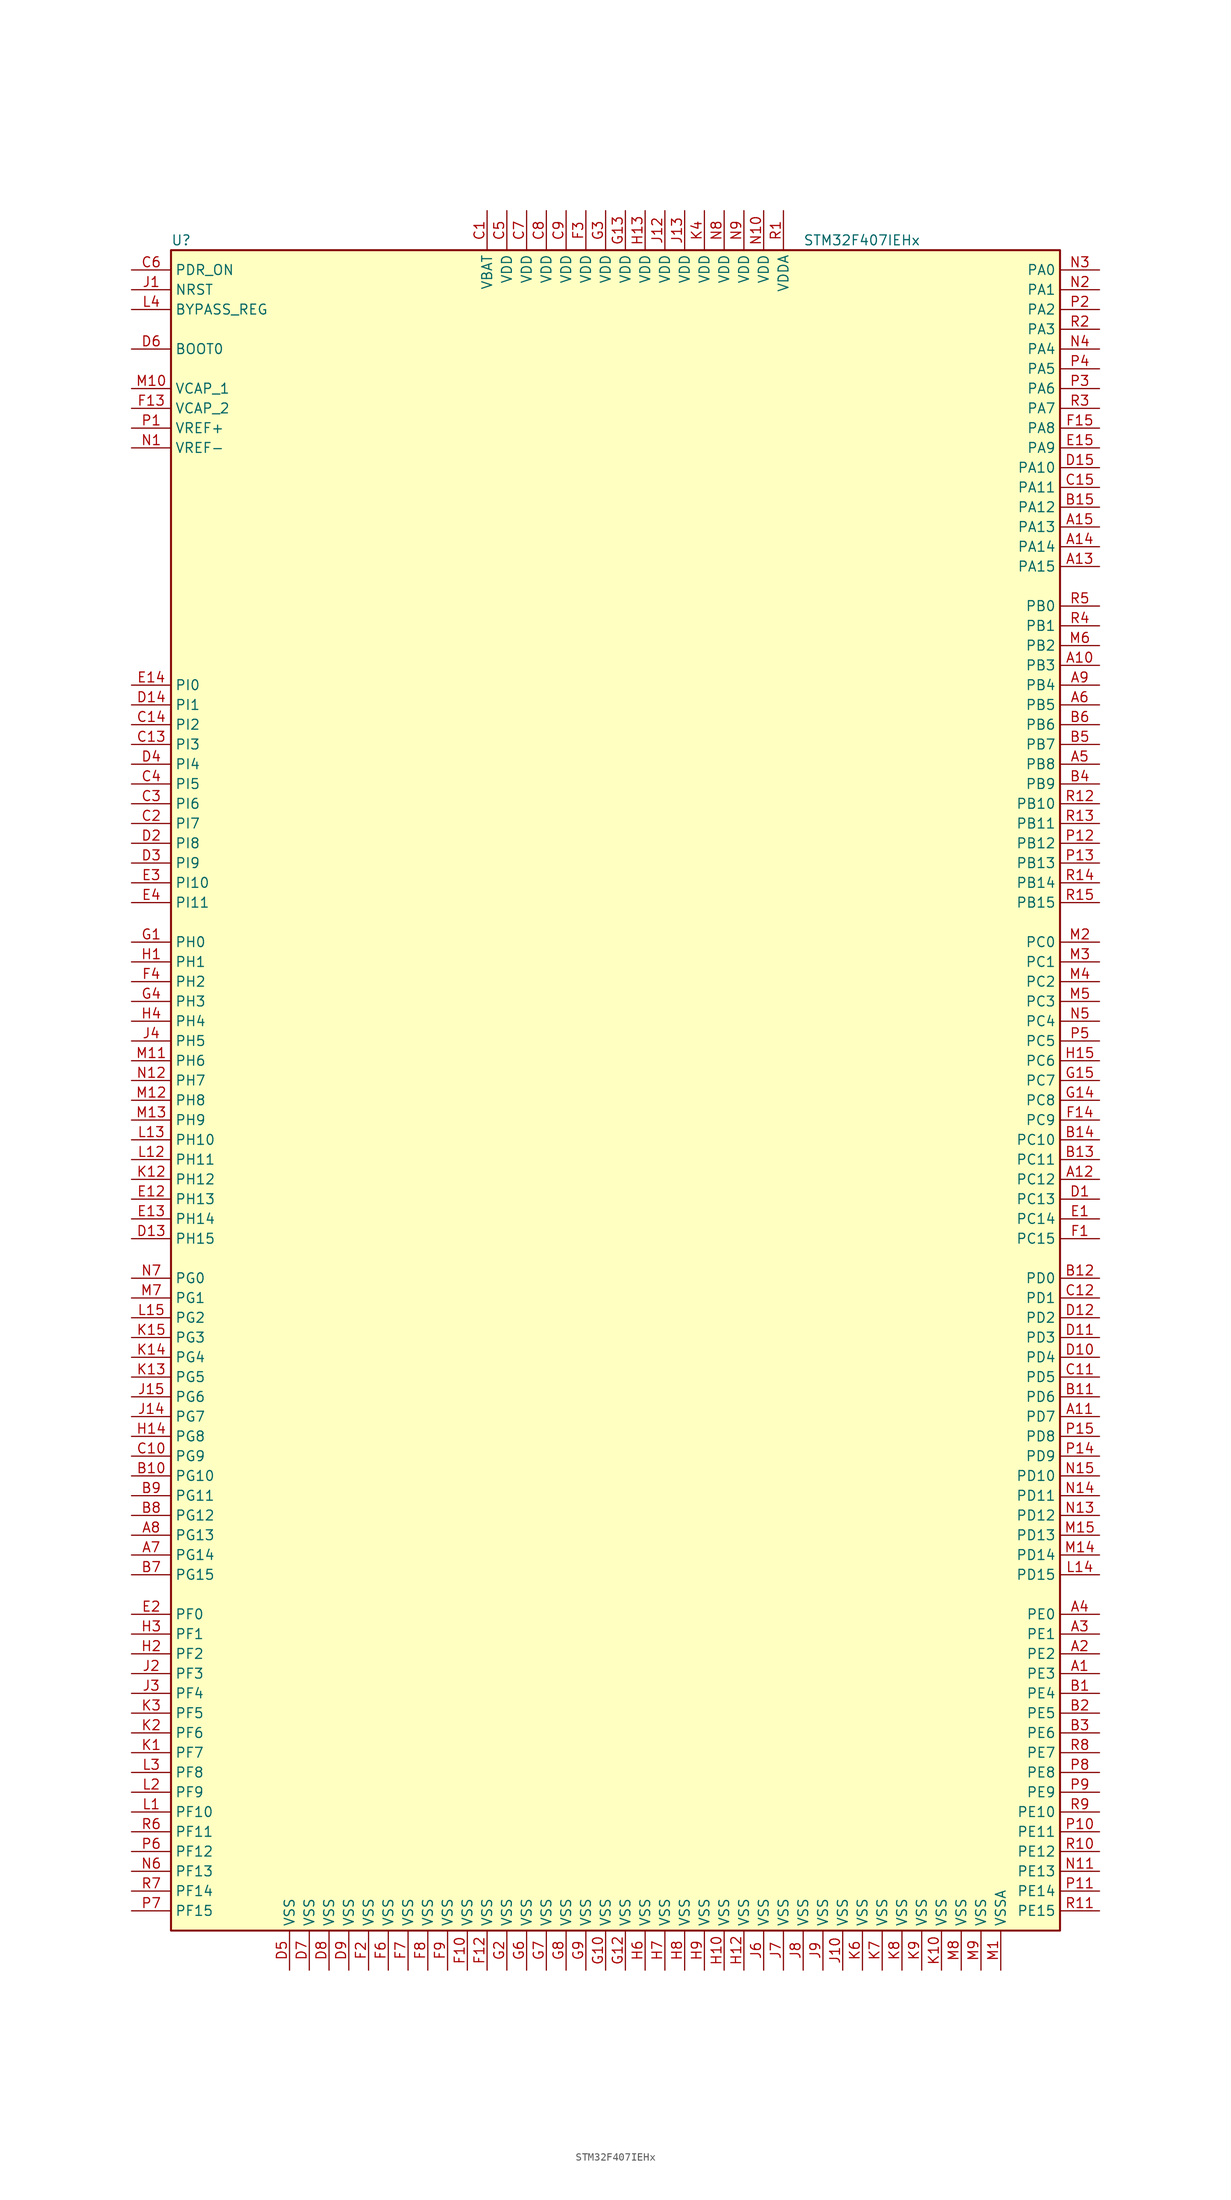
<source format=kicad_sym>
(kicad_symbol_lib
  (version 20220914)
  (generator kicad_symbol_editor)
  (symbol "STM32F407IEHx"
    (property "Reference" "U"
      (at -58.42 107.95 0)
      (effects (font (size 1.27 1.27)) (justify left)))
    (property "Value" "STM32F407IEHx"
      (at 22.86 107.95 0)
      (effects (font (size 1.27 1.27)) (justify left)))
    (symbol "STM32F407IEHx_0_1"
      (rectangle (start -58.42 -109.22) (end 55.88 106.68) (stroke (width 0.254) (type default)) (fill (type background))))
    (symbol "STM32F407IEHx_1_1"
      (pin bidirectional line (at 60.96 -76.2 180) (length 5.08) (name "PE3" (effects (font (size 1.27 1.27)))) (number "A1" (effects (font (size 1.27 1.27)))))
      (pin bidirectional line (at 60.96 53.34 180) (length 5.08) (name "PB3" (effects (font (size 1.27 1.27)))) (number "A10" (effects (font (size 1.27 1.27)))))
      (pin bidirectional line (at 60.96 -43.18 180) (length 5.08) (name "PD7" (effects (font (size 1.27 1.27)))) (number "A11" (effects (font (size 1.27 1.27)))))
      (pin bidirectional line (at 60.96 -12.7 180) (length 5.08) (name "PC12" (effects (font (size 1.27 1.27)))) (number "A12" (effects (font (size 1.27 1.27)))))
      (pin bidirectional line (at 60.96 66.04 180) (length 5.08) (name "PA15" (effects (font (size 1.27 1.27)))) (number "A13" (effects (font (size 1.27 1.27)))))
      (pin bidirectional line (at 60.96 68.58 180) (length 5.08) (name "PA14" (effects (font (size 1.27 1.27)))) (number "A14" (effects (font (size 1.27 1.27)))))
      (pin bidirectional line (at 60.96 71.12 180) (length 5.08) (name "PA13" (effects (font (size 1.27 1.27)))) (number "A15" (effects (font (size 1.27 1.27)))))
      (pin bidirectional line (at 60.96 -73.66 180) (length 5.08) (name "PE2" (effects (font (size 1.27 1.27)))) (number "A2" (effects (font (size 1.27 1.27)))))
      (pin bidirectional line (at 60.96 -71.12 180) (length 5.08) (name "PE1" (effects (font (size 1.27 1.27)))) (number "A3" (effects (font (size 1.27 1.27)))))
      (pin bidirectional line (at 60.96 -68.58 180) (length 5.08) (name "PE0" (effects (font (size 1.27 1.27)))) (number "A4" (effects (font (size 1.27 1.27)))))
      (pin bidirectional line (at 60.96 40.64 180) (length 5.08) (name "PB8" (effects (font (size 1.27 1.27)))) (number "A5" (effects (font (size 1.27 1.27)))))
      (pin bidirectional line (at 60.96 48.26 180) (length 5.08) (name "PB5" (effects (font (size 1.27 1.27)))) (number "A6" (effects (font (size 1.27 1.27)))))
      (pin bidirectional line (at -63.5 -60.96 0) (length 5.08) (name "PG14" (effects (font (size 1.27 1.27)))) (number "A7" (effects (font (size 1.27 1.27)))))
      (pin bidirectional line (at -63.5 -58.42 0) (length 5.08) (name "PG13" (effects (font (size 1.27 1.27)))) (number "A8" (effects (font (size 1.27 1.27)))))
      (pin bidirectional line (at 60.96 50.8 180) (length 5.08) (name "PB4" (effects (font (size 1.27 1.27)))) (number "A9" (effects (font (size 1.27 1.27)))))
      (pin bidirectional line (at 60.96 -78.74 180) (length 5.08) (name "PE4" (effects (font (size 1.27 1.27)))) (number "B1" (effects (font (size 1.27 1.27)))))
      (pin bidirectional line (at -63.5 -50.8 0) (length 5.08) (name "PG10" (effects (font (size 1.27 1.27)))) (number "B10" (effects (font (size 1.27 1.27)))))
      (pin bidirectional line (at 60.96 -40.64 180) (length 5.08) (name "PD6" (effects (font (size 1.27 1.27)))) (number "B11" (effects (font (size 1.27 1.27)))))
      (pin bidirectional line (at 60.96 -25.4 180) (length 5.08) (name "PD0" (effects (font (size 1.27 1.27)))) (number "B12" (effects (font (size 1.27 1.27)))))
      (pin bidirectional line (at 60.96 -10.16 180) (length 5.08) (name "PC11" (effects (font (size 1.27 1.27)))) (number "B13" (effects (font (size 1.27 1.27)))))
      (pin bidirectional line (at 60.96 -7.62 180) (length 5.08) (name "PC10" (effects (font (size 1.27 1.27)))) (number "B14" (effects (font (size 1.27 1.27)))))
      (pin bidirectional line (at 60.96 73.66 180) (length 5.08) (name "PA12" (effects (font (size 1.27 1.27)))) (number "B15" (effects (font (size 1.27 1.27)))))
      (pin bidirectional line (at 60.96 -81.28 180) (length 5.08) (name "PE5" (effects (font (size 1.27 1.27)))) (number "B2" (effects (font (size 1.27 1.27)))))
      (pin bidirectional line (at 60.96 -83.82 180) (length 5.08) (name "PE6" (effects (font (size 1.27 1.27)))) (number "B3" (effects (font (size 1.27 1.27)))))
      (pin bidirectional line (at 60.96 38.1 180) (length 5.08) (name "PB9" (effects (font (size 1.27 1.27)))) (number "B4" (effects (font (size 1.27 1.27)))))
      (pin bidirectional line (at 60.96 43.18 180) (length 5.08) (name "PB7" (effects (font (size 1.27 1.27)))) (number "B5" (effects (font (size 1.27 1.27)))))
      (pin bidirectional line (at 60.96 45.72 180) (length 5.08) (name "PB6" (effects (font (size 1.27 1.27)))) (number "B6" (effects (font (size 1.27 1.27)))))
      (pin bidirectional line (at -63.5 -63.5 0) (length 5.08) (name "PG15" (effects (font (size 1.27 1.27)))) (number "B7" (effects (font (size 1.27 1.27)))))
      (pin bidirectional line (at -63.5 -55.88 0) (length 5.08) (name "PG12" (effects (font (size 1.27 1.27)))) (number "B8" (effects (font (size 1.27 1.27)))))
      (pin bidirectional line (at -63.5 -53.34 0) (length 5.08) (name "PG11" (effects (font (size 1.27 1.27)))) (number "B9" (effects (font (size 1.27 1.27)))))
      (pin power_in line (at -17.78 111.76 270) (length 5.08) (name "VBAT" (effects (font (size 1.27 1.27)))) (number "C1" (effects (font (size 1.27 1.27)))))
      (pin bidirectional line (at -63.5 -48.26 0) (length 5.08) (name "PG9" (effects (font (size 1.27 1.27)))) (number "C10" (effects (font (size 1.27 1.27)))))
      (pin bidirectional line (at 60.96 -38.1 180) (length 5.08) (name "PD5" (effects (font (size 1.27 1.27)))) (number "C11" (effects (font (size 1.27 1.27)))))
      (pin bidirectional line (at 60.96 -27.94 180) (length 5.08) (name "PD1" (effects (font (size 1.27 1.27)))) (number "C12" (effects (font (size 1.27 1.27)))))
      (pin bidirectional line (at -63.5 43.18 0) (length 5.08) (name "PI3" (effects (font (size 1.27 1.27)))) (number "C13" (effects (font (size 1.27 1.27)))))
      (pin bidirectional line (at -63.5 45.72 0) (length 5.08) (name "PI2" (effects (font (size 1.27 1.27)))) (number "C14" (effects (font (size 1.27 1.27)))))
      (pin bidirectional line (at 60.96 76.2 180) (length 5.08) (name "PA11" (effects (font (size 1.27 1.27)))) (number "C15" (effects (font (size 1.27 1.27)))))
      (pin bidirectional line (at -63.5 33.02 0) (length 5.08) (name "PI7" (effects (font (size 1.27 1.27)))) (number "C2" (effects (font (size 1.27 1.27)))))
      (pin bidirectional line (at -63.5 35.56 0) (length 5.08) (name "PI6" (effects (font (size 1.27 1.27)))) (number "C3" (effects (font (size 1.27 1.27)))))
      (pin bidirectional line (at -63.5 38.1 0) (length 5.08) (name "PI5" (effects (font (size 1.27 1.27)))) (number "C4" (effects (font (size 1.27 1.27)))))
      (pin power_in line (at -15.24 111.76 270) (length 5.08) (name "VDD" (effects (font (size 1.27 1.27)))) (number "C5" (effects (font (size 1.27 1.27)))))
      (pin input line (at -63.5 104.14 0) (length 5.08) (name "PDR_ON" (effects (font (size 1.27 1.27)))) (number "C6" (effects (font (size 1.27 1.27)))))
      (pin power_in line (at -12.7 111.76 270) (length 5.08) (name "VDD" (effects (font (size 1.27 1.27)))) (number "C7" (effects (font (size 1.27 1.27)))))
      (pin power_in line (at -10.16 111.76 270) (length 5.08) (name "VDD" (effects (font (size 1.27 1.27)))) (number "C8" (effects (font (size 1.27 1.27)))))
      (pin power_in line (at -7.62 111.76 270) (length 5.08) (name "VDD" (effects (font (size 1.27 1.27)))) (number "C9" (effects (font (size 1.27 1.27)))))
      (pin bidirectional line (at 60.96 -15.24 180) (length 5.08) (name "PC13" (effects (font (size 1.27 1.27)))) (number "D1" (effects (font (size 1.27 1.27)))))
      (pin bidirectional line (at 60.96 -35.56 180) (length 5.08) (name "PD4" (effects (font (size 1.27 1.27)))) (number "D10" (effects (font (size 1.27 1.27)))))
      (pin bidirectional line (at 60.96 -33.02 180) (length 5.08) (name "PD3" (effects (font (size 1.27 1.27)))) (number "D11" (effects (font (size 1.27 1.27)))))
      (pin bidirectional line (at 60.96 -30.48 180) (length 5.08) (name "PD2" (effects (font (size 1.27 1.27)))) (number "D12" (effects (font (size 1.27 1.27)))))
      (pin bidirectional line (at -63.5 -20.32 0) (length 5.08) (name "PH15" (effects (font (size 1.27 1.27)))) (number "D13" (effects (font (size 1.27 1.27)))))
      (pin bidirectional line (at -63.5 48.26 0) (length 5.08) (name "PI1" (effects (font (size 1.27 1.27)))) (number "D14" (effects (font (size 1.27 1.27)))))
      (pin bidirectional line (at 60.96 78.74 180) (length 5.08) (name "PA10" (effects (font (size 1.27 1.27)))) (number "D15" (effects (font (size 1.27 1.27)))))
      (pin bidirectional line (at -63.5 30.48 0) (length 5.08) (name "PI8" (effects (font (size 1.27 1.27)))) (number "D2" (effects (font (size 1.27 1.27)))))
      (pin bidirectional line (at -63.5 27.94 0) (length 5.08) (name "PI9" (effects (font (size 1.27 1.27)))) (number "D3" (effects (font (size 1.27 1.27)))))
      (pin bidirectional line (at -63.5 40.64 0) (length 5.08) (name "PI4" (effects (font (size 1.27 1.27)))) (number "D4" (effects (font (size 1.27 1.27)))))
      (pin power_in line (at -43.18 -114.3 90) (length 5.08) (name "VSS" (effects (font (size 1.27 1.27)))) (number "D5" (effects (font (size 1.27 1.27)))))
      (pin input line (at -63.5 93.98 0) (length 5.08) (name "BOOT0" (effects (font (size 1.27 1.27)))) (number "D6" (effects (font (size 1.27 1.27)))))
      (pin power_in line (at -40.64 -114.3 90) (length 5.08) (name "VSS" (effects (font (size 1.27 1.27)))) (number "D7" (effects (font (size 1.27 1.27)))))
      (pin power_in line (at -38.1 -114.3 90) (length 5.08) (name "VSS" (effects (font (size 1.27 1.27)))) (number "D8" (effects (font (size 1.27 1.27)))))
      (pin power_in line (at -35.56 -114.3 90) (length 5.08) (name "VSS" (effects (font (size 1.27 1.27)))) (number "D9" (effects (font (size 1.27 1.27)))))
      (pin bidirectional line (at 60.96 -17.78 180) (length 5.08) (name "PC14" (effects (font (size 1.27 1.27)))) (number "E1" (effects (font (size 1.27 1.27)))))
      (pin bidirectional line (at -63.5 -15.24 0) (length 5.08) (name "PH13" (effects (font (size 1.27 1.27)))) (number "E12" (effects (font (size 1.27 1.27)))))
      (pin bidirectional line (at -63.5 -17.78 0) (length 5.08) (name "PH14" (effects (font (size 1.27 1.27)))) (number "E13" (effects (font (size 1.27 1.27)))))
      (pin bidirectional line (at -63.5 50.8 0) (length 5.08) (name "PI0" (effects (font (size 1.27 1.27)))) (number "E14" (effects (font (size 1.27 1.27)))))
      (pin bidirectional line (at 60.96 81.28 180) (length 5.08) (name "PA9" (effects (font (size 1.27 1.27)))) (number "E15" (effects (font (size 1.27 1.27)))))
      (pin bidirectional line (at -63.5 -68.58 0) (length 5.08) (name "PF0" (effects (font (size 1.27 1.27)))) (number "E2" (effects (font (size 1.27 1.27)))))
      (pin bidirectional line (at -63.5 25.4 0) (length 5.08) (name "PI10" (effects (font (size 1.27 1.27)))) (number "E3" (effects (font (size 1.27 1.27)))))
      (pin bidirectional line (at -63.5 22.86 0) (length 5.08) (name "PI11" (effects (font (size 1.27 1.27)))) (number "E4" (effects (font (size 1.27 1.27)))))
      (pin bidirectional line (at 60.96 -20.32 180) (length 5.08) (name "PC15" (effects (font (size 1.27 1.27)))) (number "F1" (effects (font (size 1.27 1.27)))))
      (pin power_in line (at -20.32 -114.3 90) (length 5.08) (name "VSS" (effects (font (size 1.27 1.27)))) (number "F10" (effects (font (size 1.27 1.27)))))
      (pin power_in line (at -17.78 -114.3 90) (length 5.08) (name "VSS" (effects (font (size 1.27 1.27)))) (number "F12" (effects (font (size 1.27 1.27)))))
      (pin power_in line (at -63.5 86.36 0) (length 5.08) (name "VCAP_2" (effects (font (size 1.27 1.27)))) (number "F13" (effects (font (size 1.27 1.27)))))
      (pin bidirectional line (at 60.96 -5.08 180) (length 5.08) (name "PC9" (effects (font (size 1.27 1.27)))) (number "F14" (effects (font (size 1.27 1.27)))))
      (pin bidirectional line (at 60.96 83.82 180) (length 5.08) (name "PA8" (effects (font (size 1.27 1.27)))) (number "F15" (effects (font (size 1.27 1.27)))))
      (pin power_in line (at -33.02 -114.3 90) (length 5.08) (name "VSS" (effects (font (size 1.27 1.27)))) (number "F2" (effects (font (size 1.27 1.27)))))
      (pin power_in line (at -5.08 111.76 270) (length 5.08) (name "VDD" (effects (font (size 1.27 1.27)))) (number "F3" (effects (font (size 1.27 1.27)))))
      (pin bidirectional line (at -63.5 12.7 0) (length 5.08) (name "PH2" (effects (font (size 1.27 1.27)))) (number "F4" (effects (font (size 1.27 1.27)))))
      (pin power_in line (at -30.48 -114.3 90) (length 5.08) (name "VSS" (effects (font (size 1.27 1.27)))) (number "F6" (effects (font (size 1.27 1.27)))))
      (pin power_in line (at -27.94 -114.3 90) (length 5.08) (name "VSS" (effects (font (size 1.27 1.27)))) (number "F7" (effects (font (size 1.27 1.27)))))
      (pin power_in line (at -25.4 -114.3 90) (length 5.08) (name "VSS" (effects (font (size 1.27 1.27)))) (number "F8" (effects (font (size 1.27 1.27)))))
      (pin power_in line (at -22.86 -114.3 90) (length 5.08) (name "VSS" (effects (font (size 1.27 1.27)))) (number "F9" (effects (font (size 1.27 1.27)))))
      (pin input line (at -63.5 17.78 0) (length 5.08) (name "PH0" (effects (font (size 1.27 1.27)))) (number "G1" (effects (font (size 1.27 1.27)))))
      (pin power_in line (at -2.54 -114.3 90) (length 5.08) (name "VSS" (effects (font (size 1.27 1.27)))) (number "G10" (effects (font (size 1.27 1.27)))))
      (pin power_in line (at 0 -114.3 90) (length 5.08) (name "VSS" (effects (font (size 1.27 1.27)))) (number "G12" (effects (font (size 1.27 1.27)))))
      (pin power_in line (at 0 111.76 270) (length 5.08) (name "VDD" (effects (font (size 1.27 1.27)))) (number "G13" (effects (font (size 1.27 1.27)))))
      (pin bidirectional line (at 60.96 -2.54 180) (length 5.08) (name "PC8" (effects (font (size 1.27 1.27)))) (number "G14" (effects (font (size 1.27 1.27)))))
      (pin bidirectional line (at 60.96 0 180) (length 5.08) (name "PC7" (effects (font (size 1.27 1.27)))) (number "G15" (effects (font (size 1.27 1.27)))))
      (pin power_in line (at -15.24 -114.3 90) (length 5.08) (name "VSS" (effects (font (size 1.27 1.27)))) (number "G2" (effects (font (size 1.27 1.27)))))
      (pin power_in line (at -2.54 111.76 270) (length 5.08) (name "VDD" (effects (font (size 1.27 1.27)))) (number "G3" (effects (font (size 1.27 1.27)))))
      (pin bidirectional line (at -63.5 10.16 0) (length 5.08) (name "PH3" (effects (font (size 1.27 1.27)))) (number "G4" (effects (font (size 1.27 1.27)))))
      (pin power_in line (at -12.7 -114.3 90) (length 5.08) (name "VSS" (effects (font (size 1.27 1.27)))) (number "G6" (effects (font (size 1.27 1.27)))))
      (pin power_in line (at -10.16 -114.3 90) (length 5.08) (name "VSS" (effects (font (size 1.27 1.27)))) (number "G7" (effects (font (size 1.27 1.27)))))
      (pin power_in line (at -7.62 -114.3 90) (length 5.08) (name "VSS" (effects (font (size 1.27 1.27)))) (number "G8" (effects (font (size 1.27 1.27)))))
      (pin power_in line (at -5.08 -114.3 90) (length 5.08) (name "VSS" (effects (font (size 1.27 1.27)))) (number "G9" (effects (font (size 1.27 1.27)))))
      (pin input line (at -63.5 15.24 0) (length 5.08) (name "PH1" (effects (font (size 1.27 1.27)))) (number "H1" (effects (font (size 1.27 1.27)))))
      (pin power_in line (at 12.7 -114.3 90) (length 5.08) (name "VSS" (effects (font (size 1.27 1.27)))) (number "H10" (effects (font (size 1.27 1.27)))))
      (pin power_in line (at 15.24 -114.3 90) (length 5.08) (name "VSS" (effects (font (size 1.27 1.27)))) (number "H12" (effects (font (size 1.27 1.27)))))
      (pin power_in line (at 2.54 111.76 270) (length 5.08) (name "VDD" (effects (font (size 1.27 1.27)))) (number "H13" (effects (font (size 1.27 1.27)))))
      (pin bidirectional line (at -63.5 -45.72 0) (length 5.08) (name "PG8" (effects (font (size 1.27 1.27)))) (number "H14" (effects (font (size 1.27 1.27)))))
      (pin bidirectional line (at 60.96 2.54 180) (length 5.08) (name "PC6" (effects (font (size 1.27 1.27)))) (number "H15" (effects (font (size 1.27 1.27)))))
      (pin bidirectional line (at -63.5 -73.66 0) (length 5.08) (name "PF2" (effects (font (size 1.27 1.27)))) (number "H2" (effects (font (size 1.27 1.27)))))
      (pin bidirectional line (at -63.5 -71.12 0) (length 5.08) (name "PF1" (effects (font (size 1.27 1.27)))) (number "H3" (effects (font (size 1.27 1.27)))))
      (pin bidirectional line (at -63.5 7.62 0) (length 5.08) (name "PH4" (effects (font (size 1.27 1.27)))) (number "H4" (effects (font (size 1.27 1.27)))))
      (pin power_in line (at 2.54 -114.3 90) (length 5.08) (name "VSS" (effects (font (size 1.27 1.27)))) (number "H6" (effects (font (size 1.27 1.27)))))
      (pin power_in line (at 5.08 -114.3 90) (length 5.08) (name "VSS" (effects (font (size 1.27 1.27)))) (number "H7" (effects (font (size 1.27 1.27)))))
      (pin power_in line (at 7.62 -114.3 90) (length 5.08) (name "VSS" (effects (font (size 1.27 1.27)))) (number "H8" (effects (font (size 1.27 1.27)))))
      (pin power_in line (at 10.16 -114.3 90) (length 5.08) (name "VSS" (effects (font (size 1.27 1.27)))) (number "H9" (effects (font (size 1.27 1.27)))))
      (pin input line (at -63.5 101.6 0) (length 5.08) (name "NRST" (effects (font (size 1.27 1.27)))) (number "J1" (effects (font (size 1.27 1.27)))))
      (pin power_in line (at 27.94 -114.3 90) (length 5.08) (name "VSS" (effects (font (size 1.27 1.27)))) (number "J10" (effects (font (size 1.27 1.27)))))
      (pin power_in line (at 5.08 111.76 270) (length 5.08) (name "VDD" (effects (font (size 1.27 1.27)))) (number "J12" (effects (font (size 1.27 1.27)))))
      (pin power_in line (at 7.62 111.76 270) (length 5.08) (name "VDD" (effects (font (size 1.27 1.27)))) (number "J13" (effects (font (size 1.27 1.27)))))
      (pin bidirectional line (at -63.5 -43.18 0) (length 5.08) (name "PG7" (effects (font (size 1.27 1.27)))) (number "J14" (effects (font (size 1.27 1.27)))))
      (pin bidirectional line (at -63.5 -40.64 0) (length 5.08) (name "PG6" (effects (font (size 1.27 1.27)))) (number "J15" (effects (font (size 1.27 1.27)))))
      (pin bidirectional line (at -63.5 -76.2 0) (length 5.08) (name "PF3" (effects (font (size 1.27 1.27)))) (number "J2" (effects (font (size 1.27 1.27)))))
      (pin bidirectional line (at -63.5 -78.74 0) (length 5.08) (name "PF4" (effects (font (size 1.27 1.27)))) (number "J3" (effects (font (size 1.27 1.27)))))
      (pin bidirectional line (at -63.5 5.08 0) (length 5.08) (name "PH5" (effects (font (size 1.27 1.27)))) (number "J4" (effects (font (size 1.27 1.27)))))
      (pin power_in line (at 17.78 -114.3 90) (length 5.08) (name "VSS" (effects (font (size 1.27 1.27)))) (number "J6" (effects (font (size 1.27 1.27)))))
      (pin power_in line (at 20.32 -114.3 90) (length 5.08) (name "VSS" (effects (font (size 1.27 1.27)))) (number "J7" (effects (font (size 1.27 1.27)))))
      (pin power_in line (at 22.86 -114.3 90) (length 5.08) (name "VSS" (effects (font (size 1.27 1.27)))) (number "J8" (effects (font (size 1.27 1.27)))))
      (pin power_in line (at 25.4 -114.3 90) (length 5.08) (name "VSS" (effects (font (size 1.27 1.27)))) (number "J9" (effects (font (size 1.27 1.27)))))
      (pin bidirectional line (at -63.5 -86.36 0) (length 5.08) (name "PF7" (effects (font (size 1.27 1.27)))) (number "K1" (effects (font (size 1.27 1.27)))))
      (pin power_in line (at 40.64 -114.3 90) (length 5.08) (name "VSS" (effects (font (size 1.27 1.27)))) (number "K10" (effects (font (size 1.27 1.27)))))
      (pin bidirectional line (at -63.5 -12.7 0) (length 5.08) (name "PH12" (effects (font (size 1.27 1.27)))) (number "K12" (effects (font (size 1.27 1.27)))))
      (pin bidirectional line (at -63.5 -38.1 0) (length 5.08) (name "PG5" (effects (font (size 1.27 1.27)))) (number "K13" (effects (font (size 1.27 1.27)))))
      (pin bidirectional line (at -63.5 -35.56 0) (length 5.08) (name "PG4" (effects (font (size 1.27 1.27)))) (number "K14" (effects (font (size 1.27 1.27)))))
      (pin bidirectional line (at -63.5 -33.02 0) (length 5.08) (name "PG3" (effects (font (size 1.27 1.27)))) (number "K15" (effects (font (size 1.27 1.27)))))
      (pin bidirectional line (at -63.5 -83.82 0) (length 5.08) (name "PF6" (effects (font (size 1.27 1.27)))) (number "K2" (effects (font (size 1.27 1.27)))))
      (pin bidirectional line (at -63.5 -81.28 0) (length 5.08) (name "PF5" (effects (font (size 1.27 1.27)))) (number "K3" (effects (font (size 1.27 1.27)))))
      (pin power_in line (at 10.16 111.76 270) (length 5.08) (name "VDD" (effects (font (size 1.27 1.27)))) (number "K4" (effects (font (size 1.27 1.27)))))
      (pin power_in line (at 30.48 -114.3 90) (length 5.08) (name "VSS" (effects (font (size 1.27 1.27)))) (number "K6" (effects (font (size 1.27 1.27)))))
      (pin power_in line (at 33.02 -114.3 90) (length 5.08) (name "VSS" (effects (font (size 1.27 1.27)))) (number "K7" (effects (font (size 1.27 1.27)))))
      (pin power_in line (at 35.56 -114.3 90) (length 5.08) (name "VSS" (effects (font (size 1.27 1.27)))) (number "K8" (effects (font (size 1.27 1.27)))))
      (pin power_in line (at 38.1 -114.3 90) (length 5.08) (name "VSS" (effects (font (size 1.27 1.27)))) (number "K9" (effects (font (size 1.27 1.27)))))
      (pin bidirectional line (at -63.5 -93.98 0) (length 5.08) (name "PF10" (effects (font (size 1.27 1.27)))) (number "L1" (effects (font (size 1.27 1.27)))))
      (pin bidirectional line (at -63.5 -10.16 0) (length 5.08) (name "PH11" (effects (font (size 1.27 1.27)))) (number "L12" (effects (font (size 1.27 1.27)))))
      (pin bidirectional line (at -63.5 -7.62 0) (length 5.08) (name "PH10" (effects (font (size 1.27 1.27)))) (number "L13" (effects (font (size 1.27 1.27)))))
      (pin bidirectional line (at 60.96 -63.5 180) (length 5.08) (name "PD15" (effects (font (size 1.27 1.27)))) (number "L14" (effects (font (size 1.27 1.27)))))
      (pin bidirectional line (at -63.5 -30.48 0) (length 5.08) (name "PG2" (effects (font (size 1.27 1.27)))) (number "L15" (effects (font (size 1.27 1.27)))))
      (pin bidirectional line (at -63.5 -91.44 0) (length 5.08) (name "PF9" (effects (font (size 1.27 1.27)))) (number "L2" (effects (font (size 1.27 1.27)))))
      (pin bidirectional line (at -63.5 -88.9 0) (length 5.08) (name "PF8" (effects (font (size 1.27 1.27)))) (number "L3" (effects (font (size 1.27 1.27)))))
      (pin input line (at -63.5 99.06 0) (length 5.08) (name "BYPASS_REG" (effects (font (size 1.27 1.27)))) (number "L4" (effects (font (size 1.27 1.27)))))
      (pin power_in line (at 48.26 -114.3 90) (length 5.08) (name "VSSA" (effects (font (size 1.27 1.27)))) (number "M1" (effects (font (size 1.27 1.27)))))
      (pin power_in line (at -63.5 88.9 0) (length 5.08) (name "VCAP_1" (effects (font (size 1.27 1.27)))) (number "M10" (effects (font (size 1.27 1.27)))))
      (pin bidirectional line (at -63.5 2.54 0) (length 5.08) (name "PH6" (effects (font (size 1.27 1.27)))) (number "M11" (effects (font (size 1.27 1.27)))))
      (pin bidirectional line (at -63.5 -2.54 0) (length 5.08) (name "PH8" (effects (font (size 1.27 1.27)))) (number "M12" (effects (font (size 1.27 1.27)))))
      (pin bidirectional line (at -63.5 -5.08 0) (length 5.08) (name "PH9" (effects (font (size 1.27 1.27)))) (number "M13" (effects (font (size 1.27 1.27)))))
      (pin bidirectional line (at 60.96 -60.96 180) (length 5.08) (name "PD14" (effects (font (size 1.27 1.27)))) (number "M14" (effects (font (size 1.27 1.27)))))
      (pin bidirectional line (at 60.96 -58.42 180) (length 5.08) (name "PD13" (effects (font (size 1.27 1.27)))) (number "M15" (effects (font (size 1.27 1.27)))))
      (pin bidirectional line (at 60.96 17.78 180) (length 5.08) (name "PC0" (effects (font (size 1.27 1.27)))) (number "M2" (effects (font (size 1.27 1.27)))))
      (pin bidirectional line (at 60.96 15.24 180) (length 5.08) (name "PC1" (effects (font (size 1.27 1.27)))) (number "M3" (effects (font (size 1.27 1.27)))))
      (pin bidirectional line (at 60.96 12.7 180) (length 5.08) (name "PC2" (effects (font (size 1.27 1.27)))) (number "M4" (effects (font (size 1.27 1.27)))))
      (pin bidirectional line (at 60.96 10.16 180) (length 5.08) (name "PC3" (effects (font (size 1.27 1.27)))) (number "M5" (effects (font (size 1.27 1.27)))))
      (pin bidirectional line (at 60.96 55.88 180) (length 5.08) (name "PB2" (effects (font (size 1.27 1.27)))) (number "M6" (effects (font (size 1.27 1.27)))))
      (pin bidirectional line (at -63.5 -27.94 0) (length 5.08) (name "PG1" (effects (font (size 1.27 1.27)))) (number "M7" (effects (font (size 1.27 1.27)))))
      (pin power_in line (at 43.18 -114.3 90) (length 5.08) (name "VSS" (effects (font (size 1.27 1.27)))) (number "M8" (effects (font (size 1.27 1.27)))))
      (pin power_in line (at 45.72 -114.3 90) (length 5.08) (name "VSS" (effects (font (size 1.27 1.27)))) (number "M9" (effects (font (size 1.27 1.27)))))
      (pin power_in line (at -63.5 81.28 0) (length 5.08) (name "VREF-" (effects (font (size 1.27 1.27)))) (number "N1" (effects (font (size 1.27 1.27)))))
      (pin power_in line (at 17.78 111.76 270) (length 5.08) (name "VDD" (effects (font (size 1.27 1.27)))) (number "N10" (effects (font (size 1.27 1.27)))))
      (pin bidirectional line (at 60.96 -101.6 180) (length 5.08) (name "PE13" (effects (font (size 1.27 1.27)))) (number "N11" (effects (font (size 1.27 1.27)))))
      (pin bidirectional line (at -63.5 0 0) (length 5.08) (name "PH7" (effects (font (size 1.27 1.27)))) (number "N12" (effects (font (size 1.27 1.27)))))
      (pin bidirectional line (at 60.96 -55.88 180) (length 5.08) (name "PD12" (effects (font (size 1.27 1.27)))) (number "N13" (effects (font (size 1.27 1.27)))))
      (pin bidirectional line (at 60.96 -53.34 180) (length 5.08) (name "PD11" (effects (font (size 1.27 1.27)))) (number "N14" (effects (font (size 1.27 1.27)))))
      (pin bidirectional line (at 60.96 -50.8 180) (length 5.08) (name "PD10" (effects (font (size 1.27 1.27)))) (number "N15" (effects (font (size 1.27 1.27)))))
      (pin bidirectional line (at 60.96 101.6 180) (length 5.08) (name "PA1" (effects (font (size 1.27 1.27)))) (number "N2" (effects (font (size 1.27 1.27)))))
      (pin bidirectional line (at 60.96 104.14 180) (length 5.08) (name "PA0" (effects (font (size 1.27 1.27)))) (number "N3" (effects (font (size 1.27 1.27)))))
      (pin bidirectional line (at 60.96 93.98 180) (length 5.08) (name "PA4" (effects (font (size 1.27 1.27)))) (number "N4" (effects (font (size 1.27 1.27)))))
      (pin bidirectional line (at 60.96 7.62 180) (length 5.08) (name "PC4" (effects (font (size 1.27 1.27)))) (number "N5" (effects (font (size 1.27 1.27)))))
      (pin bidirectional line (at -63.5 -101.6 0) (length 5.08) (name "PF13" (effects (font (size 1.27 1.27)))) (number "N6" (effects (font (size 1.27 1.27)))))
      (pin bidirectional line (at -63.5 -25.4 0) (length 5.08) (name "PG0" (effects (font (size 1.27 1.27)))) (number "N7" (effects (font (size 1.27 1.27)))))
      (pin power_in line (at 12.7 111.76 270) (length 5.08) (name "VDD" (effects (font (size 1.27 1.27)))) (number "N8" (effects (font (size 1.27 1.27)))))
      (pin power_in line (at 15.24 111.76 270) (length 5.08) (name "VDD" (effects (font (size 1.27 1.27)))) (number "N9" (effects (font (size 1.27 1.27)))))
      (pin power_in line (at -63.5 83.82 0) (length 5.08) (name "VREF+" (effects (font (size 1.27 1.27)))) (number "P1" (effects (font (size 1.27 1.27)))))
      (pin bidirectional line (at 60.96 -96.52 180) (length 5.08) (name "PE11" (effects (font (size 1.27 1.27)))) (number "P10" (effects (font (size 1.27 1.27)))))
      (pin bidirectional line (at 60.96 -104.14 180) (length 5.08) (name "PE14" (effects (font (size 1.27 1.27)))) (number "P11" (effects (font (size 1.27 1.27)))))
      (pin bidirectional line (at 60.96 30.48 180) (length 5.08) (name "PB12" (effects (font (size 1.27 1.27)))) (number "P12" (effects (font (size 1.27 1.27)))))
      (pin bidirectional line (at 60.96 27.94 180) (length 5.08) (name "PB13" (effects (font (size 1.27 1.27)))) (number "P13" (effects (font (size 1.27 1.27)))))
      (pin bidirectional line (at 60.96 -48.26 180) (length 5.08) (name "PD9" (effects (font (size 1.27 1.27)))) (number "P14" (effects (font (size 1.27 1.27)))))
      (pin bidirectional line (at 60.96 -45.72 180) (length 5.08) (name "PD8" (effects (font (size 1.27 1.27)))) (number "P15" (effects (font (size 1.27 1.27)))))
      (pin bidirectional line (at 60.96 99.06 180) (length 5.08) (name "PA2" (effects (font (size 1.27 1.27)))) (number "P2" (effects (font (size 1.27 1.27)))))
      (pin bidirectional line (at 60.96 88.9 180) (length 5.08) (name "PA6" (effects (font (size 1.27 1.27)))) (number "P3" (effects (font (size 1.27 1.27)))))
      (pin bidirectional line (at 60.96 91.44 180) (length 5.08) (name "PA5" (effects (font (size 1.27 1.27)))) (number "P4" (effects (font (size 1.27 1.27)))))
      (pin bidirectional line (at 60.96 5.08 180) (length 5.08) (name "PC5" (effects (font (size 1.27 1.27)))) (number "P5" (effects (font (size 1.27 1.27)))))
      (pin bidirectional line (at -63.5 -99.06 0) (length 5.08) (name "PF12" (effects (font (size 1.27 1.27)))) (number "P6" (effects (font (size 1.27 1.27)))))
      (pin bidirectional line (at -63.5 -106.68 0) (length 5.08) (name "PF15" (effects (font (size 1.27 1.27)))) (number "P7" (effects (font (size 1.27 1.27)))))
      (pin bidirectional line (at 60.96 -88.9 180) (length 5.08) (name "PE8" (effects (font (size 1.27 1.27)))) (number "P8" (effects (font (size 1.27 1.27)))))
      (pin bidirectional line (at 60.96 -91.44 180) (length 5.08) (name "PE9" (effects (font (size 1.27 1.27)))) (number "P9" (effects (font (size 1.27 1.27)))))
      (pin power_in line (at 20.32 111.76 270) (length 5.08) (name "VDDA" (effects (font (size 1.27 1.27)))) (number "R1" (effects (font (size 1.27 1.27)))))
      (pin bidirectional line (at 60.96 -99.06 180) (length 5.08) (name "PE12" (effects (font (size 1.27 1.27)))) (number "R10" (effects (font (size 1.27 1.27)))))
      (pin bidirectional line (at 60.96 -106.68 180) (length 5.08) (name "PE15" (effects (font (size 1.27 1.27)))) (number "R11" (effects (font (size 1.27 1.27)))))
      (pin bidirectional line (at 60.96 35.56 180) (length 5.08) (name "PB10" (effects (font (size 1.27 1.27)))) (number "R12" (effects (font (size 1.27 1.27)))))
      (pin bidirectional line (at 60.96 33.02 180) (length 5.08) (name "PB11" (effects (font (size 1.27 1.27)))) (number "R13" (effects (font (size 1.27 1.27)))))
      (pin bidirectional line (at 60.96 25.4 180) (length 5.08) (name "PB14" (effects (font (size 1.27 1.27)))) (number "R14" (effects (font (size 1.27 1.27)))))
      (pin bidirectional line (at 60.96 22.86 180) (length 5.08) (name "PB15" (effects (font (size 1.27 1.27)))) (number "R15" (effects (font (size 1.27 1.27)))))
      (pin bidirectional line (at 60.96 96.52 180) (length 5.08) (name "PA3" (effects (font (size 1.27 1.27)))) (number "R2" (effects (font (size 1.27 1.27)))))
      (pin bidirectional line (at 60.96 86.36 180) (length 5.08) (name "PA7" (effects (font (size 1.27 1.27)))) (number "R3" (effects (font (size 1.27 1.27)))))
      (pin bidirectional line (at 60.96 58.42 180) (length 5.08) (name "PB1" (effects (font (size 1.27 1.27)))) (number "R4" (effects (font (size 1.27 1.27)))))
      (pin bidirectional line (at 60.96 60.96 180) (length 5.08) (name "PB0" (effects (font (size 1.27 1.27)))) (number "R5" (effects (font (size 1.27 1.27)))))
      (pin bidirectional line (at -63.5 -96.52 0) (length 5.08) (name "PF11" (effects (font (size 1.27 1.27)))) (number "R6" (effects (font (size 1.27 1.27)))))
      (pin bidirectional line (at -63.5 -104.14 0) (length 5.08) (name "PF14" (effects (font (size 1.27 1.27)))) (number "R7" (effects (font (size 1.27 1.27)))))
      (pin bidirectional line (at 60.96 -86.36 180) (length 5.08) (name "PE7" (effects (font (size 1.27 1.27)))) (number "R8" (effects (font (size 1.27 1.27)))))
      (pin bidirectional line (at 60.96 -93.98 180) (length 5.08) (name "PE10" (effects (font (size 1.27 1.27)))) (number "R9" (effects (font (size 1.27 1.27))))))))
</source>
